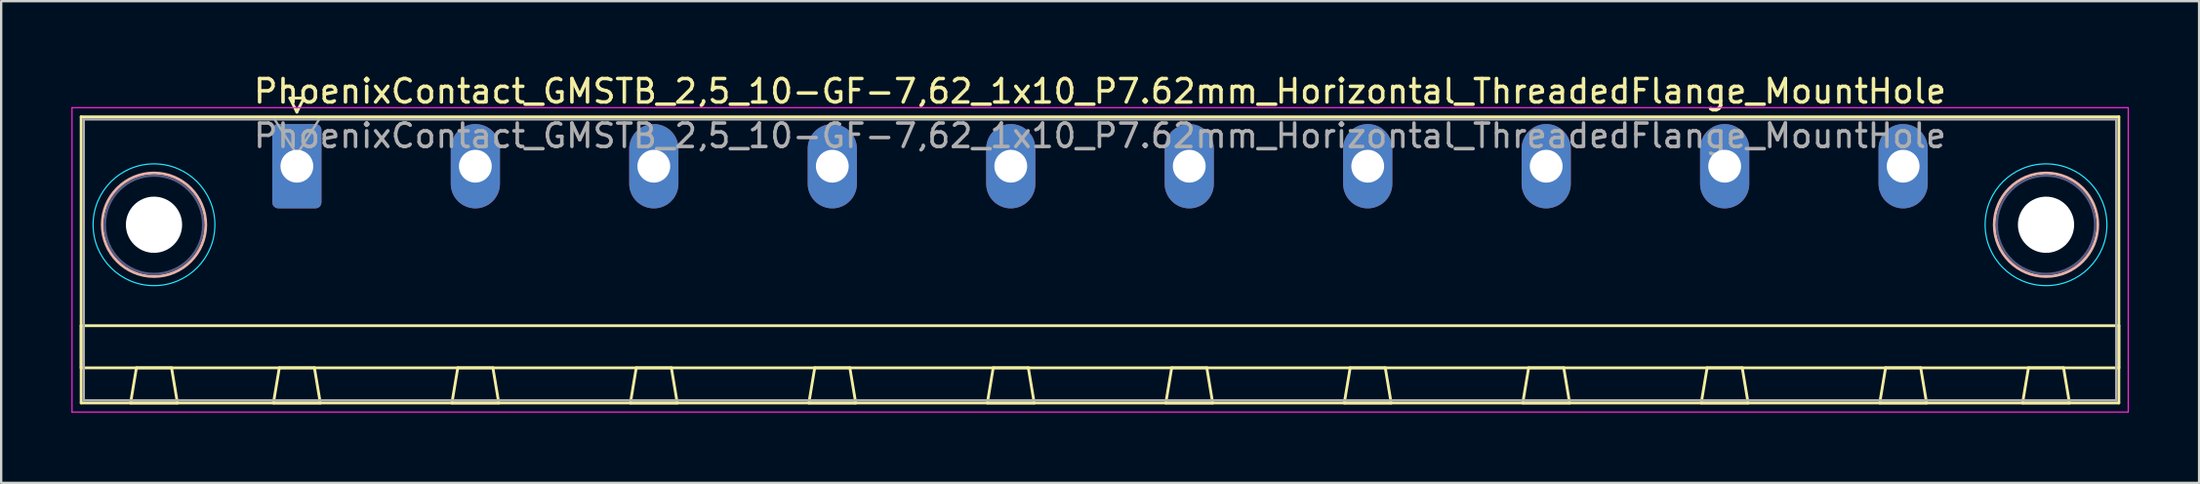
<source format=kicad_pcb>
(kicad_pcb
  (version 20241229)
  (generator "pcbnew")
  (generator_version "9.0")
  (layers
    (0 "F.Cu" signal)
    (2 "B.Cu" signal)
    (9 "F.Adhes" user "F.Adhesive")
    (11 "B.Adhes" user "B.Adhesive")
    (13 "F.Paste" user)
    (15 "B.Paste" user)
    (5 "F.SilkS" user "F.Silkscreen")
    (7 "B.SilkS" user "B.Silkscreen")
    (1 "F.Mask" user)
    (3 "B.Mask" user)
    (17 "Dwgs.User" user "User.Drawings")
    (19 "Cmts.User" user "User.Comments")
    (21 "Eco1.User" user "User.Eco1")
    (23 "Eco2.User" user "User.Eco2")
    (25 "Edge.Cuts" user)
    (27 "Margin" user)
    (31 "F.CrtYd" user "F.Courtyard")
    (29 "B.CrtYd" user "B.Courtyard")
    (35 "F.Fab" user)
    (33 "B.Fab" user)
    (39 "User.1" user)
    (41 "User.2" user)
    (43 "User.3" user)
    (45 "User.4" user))
  (footprint "PhoenixContact_GMSTB_2,5_10-GF-7,62_1x10_P7.62mm_Horizontal_ThreadedFlange_MountHole"
    (layer "F.Cu")
    (at 9.625 4.048)
    (property "Reference" "PhoenixContact_GMSTB_2,5_10-GF-7,62_1x10_P7.62mm_Horizontal_ThreadedFlange_MountHole" (at 34.29 -3.2 0) (layer "F.SilkS") (effects (font (size 1 1) (thickness 0.15))))
    (attr through_hole)
    (fp_line (start -9.21 -2.11) (end -9.21 10.11) (stroke (width 0.12) (type solid)) (layer "F.SilkS"))
    (fp_line (start -9.21 6.81) (end 77.79 6.81) (stroke (width 0.12) (type solid)) (layer "F.SilkS"))
    (fp_line (start -9.21 8.61) (end -9.21 6.81) (stroke (width 0.12) (type solid)) (layer "F.SilkS"))
    (fp_line (start -9.21 10.11) (end 77.79 10.11) (stroke (width 0.12) (type solid)) (layer "F.SilkS"))
    (fp_line (start -7.1 10.11) (end -5.1 10.11) (stroke (width 0.12) (type solid)) (layer "F.SilkS"))
    (fp_line (start -6.85 8.61) (end -7.1 10.11) (stroke (width 0.12) (type solid)) (layer "F.SilkS"))
    (fp_line (start -5.35 8.61) (end -6.85 8.61) (stroke (width 0.12) (type solid)) (layer "F.SilkS"))
    (fp_line (start -5.1 10.11) (end -5.35 8.61) (stroke (width 0.12) (type solid)) (layer "F.SilkS"))
    (fp_line (start -1 10.11) (end 1 10.11) (stroke (width 0.12) (type solid)) (layer "F.SilkS"))
    (fp_line (start -0.75 8.61) (end -1 10.11) (stroke (width 0.12) (type solid)) (layer "F.SilkS"))
    (fp_line (start -0.3 -2.91) (end 0.3 -2.91) (stroke (width 0.12) (type solid)) (layer "F.SilkS"))
    (fp_line (start 0 -2.31) (end -0.3 -2.91) (stroke (width 0.12) (type solid)) (layer "F.SilkS"))
    (fp_line (start 0.3 -2.91) (end 0 -2.31) (stroke (width 0.12) (type solid)) (layer "F.SilkS"))
    (fp_line (start 0.75 8.61) (end -0.75 8.61) (stroke (width 0.12) (type solid)) (layer "F.SilkS"))
    (fp_line (start 1 10.11) (end 0.75 8.61) (stroke (width 0.12) (type solid)) (layer "F.SilkS"))
    (fp_line (start 6.62 10.11) (end 8.62 10.11) (stroke (width 0.12) (type solid)) (layer "F.SilkS"))
    (fp_line (start 6.87 8.61) (end 6.62 10.11) (stroke (width 0.12) (type solid)) (layer "F.SilkS"))
    (fp_line (start 8.37 8.61) (end 6.87 8.61) (stroke (width 0.12) (type solid)) (layer "F.SilkS"))
    (fp_line (start 8.62 10.11) (end 8.37 8.61) (stroke (width 0.12) (type solid)) (layer "F.SilkS"))
    (fp_line (start 14.24 10.11) (end 16.24 10.11) (stroke (width 0.12) (type solid)) (layer "F.SilkS"))
    (fp_line (start 14.49 8.61) (end 14.24 10.11) (stroke (width 0.12) (type solid)) (layer "F.SilkS"))
    (fp_line (start 15.99 8.61) (end 14.49 8.61) (stroke (width 0.12) (type solid)) (layer "F.SilkS"))
    (fp_line (start 16.24 10.11) (end 15.99 8.61) (stroke (width 0.12) (type solid)) (layer "F.SilkS"))
    (fp_line (start 21.86 10.11) (end 23.86 10.11) (stroke (width 0.12) (type solid)) (layer "F.SilkS"))
    (fp_line (start 22.11 8.61) (end 21.86 10.11) (stroke (width 0.12) (type solid)) (layer "F.SilkS"))
    (fp_line (start 23.61 8.61) (end 22.11 8.61) (stroke (width 0.12) (type solid)) (layer "F.SilkS"))
    (fp_line (start 23.86 10.11) (end 23.61 8.61) (stroke (width 0.12) (type solid)) (layer "F.SilkS"))
    (fp_line (start 29.48 10.11) (end 31.48 10.11) (stroke (width 0.12) (type solid)) (layer "F.SilkS"))
    (fp_line (start 29.73 8.61) (end 29.48 10.11) (stroke (width 0.12) (type solid)) (layer "F.SilkS"))
    (fp_line (start 31.23 8.61) (end 29.73 8.61) (stroke (width 0.12) (type solid)) (layer "F.SilkS"))
    (fp_line (start 31.48 10.11) (end 31.23 8.61) (stroke (width 0.12) (type solid)) (layer "F.SilkS"))
    (fp_line (start 37.1 10.11) (end 39.1 10.11) (stroke (width 0.12) (type solid)) (layer "F.SilkS"))
    (fp_line (start 37.35 8.61) (end 37.1 10.11) (stroke (width 0.12) (type solid)) (layer "F.SilkS"))
    (fp_line (start 38.85 8.61) (end 37.35 8.61) (stroke (width 0.12) (type solid)) (layer "F.SilkS"))
    (fp_line (start 39.1 10.11) (end 38.85 8.61) (stroke (width 0.12) (type solid)) (layer "F.SilkS"))
    (fp_line (start 44.72 10.11) (end 46.72 10.11) (stroke (width 0.12) (type solid)) (layer "F.SilkS"))
    (fp_line (start 44.97 8.61) (end 44.72 10.11) (stroke (width 0.12) (type solid)) (layer "F.SilkS"))
    (fp_line (start 46.47 8.61) (end 44.97 8.61) (stroke (width 0.12) (type solid)) (layer "F.SilkS"))
    (fp_line (start 46.72 10.11) (end 46.47 8.61) (stroke (width 0.12) (type solid)) (layer "F.SilkS"))
    (fp_line (start 52.34 10.11) (end 54.34 10.11) (stroke (width 0.12) (type solid)) (layer "F.SilkS"))
    (fp_line (start 52.59 8.61) (end 52.34 10.11) (stroke (width 0.12) (type solid)) (layer "F.SilkS"))
    (fp_line (start 54.09 8.61) (end 52.59 8.61) (stroke (width 0.12) (type solid)) (layer "F.SilkS"))
    (fp_line (start 54.34 10.11) (end 54.09 8.61) (stroke (width 0.12) (type solid)) (layer "F.SilkS"))
    (fp_line (start 59.96 10.11) (end 61.96 10.11) (stroke (width 0.12) (type solid)) (layer "F.SilkS"))
    (fp_line (start 60.21 8.61) (end 59.96 10.11) (stroke (width 0.12) (type solid)) (layer "F.SilkS"))
    (fp_line (start 61.71 8.61) (end 60.21 8.61) (stroke (width 0.12) (type solid)) (layer "F.SilkS"))
    (fp_line (start 61.96 10.11) (end 61.71 8.61) (stroke (width 0.12) (type solid)) (layer "F.SilkS"))
    (fp_line (start 67.58 10.11) (end 69.58 10.11) (stroke (width 0.12) (type solid)) (layer "F.SilkS"))
    (fp_line (start 67.83 8.61) (end 67.58 10.11) (stroke (width 0.12) (type solid)) (layer "F.SilkS"))
    (fp_line (start 69.33 8.61) (end 67.83 8.61) (stroke (width 0.12) (type solid)) (layer "F.SilkS"))
    (fp_line (start 69.58 10.11) (end 69.33 8.61) (stroke (width 0.12) (type solid)) (layer "F.SilkS"))
    (fp_line (start 73.68 10.11) (end 75.68 10.11) (stroke (width 0.12) (type solid)) (layer "F.SilkS"))
    (fp_line (start 73.93 8.61) (end 73.68 10.11) (stroke (width 0.12) (type solid)) (layer "F.SilkS"))
    (fp_line (start 75.43 8.61) (end 73.93 8.61) (stroke (width 0.12) (type solid)) (layer "F.SilkS"))
    (fp_line (start 75.68 10.11) (end 75.43 8.61) (stroke (width 0.12) (type solid)) (layer "F.SilkS"))
    (fp_line (start 77.79 -2.11) (end -9.21 -2.11) (stroke (width 0.12) (type solid)) (layer "F.SilkS"))
    (fp_line (start 77.79 6.81) (end 77.79 8.61) (stroke (width 0.12) (type solid)) (layer "F.SilkS"))
    (fp_line (start 77.79 8.61) (end -9.21 8.61) (stroke (width 0.12) (type solid)) (layer "F.SilkS"))
    (fp_line (start 77.79 10.11) (end 77.79 -2.11) (stroke (width 0.12) (type solid)) (layer "F.SilkS"))
    (fp_circle (center -6.1 2.5) (end -3.89 2.5) (stroke (width 0.12) (type solid)) (fill no) (layer "B.SilkS"))
    (fp_circle (center 74.68 2.5) (end 76.89 2.5) (stroke (width 0.12) (type solid)) (fill no) (layer "B.SilkS"))
    (fp_circle (center -6.1 2.5) (end -3.5 2.5) (stroke (width 0.05) (type solid)) (fill no) (layer "B.CrtYd"))
    (fp_circle (center 74.68 2.5) (end 77.28 2.5) (stroke (width 0.05) (type solid)) (fill no) (layer "B.CrtYd"))
    (fp_line (start -9.6 -2.5) (end -9.6 10.5) (stroke (width 0.05) (type solid)) (layer "F.CrtYd"))
    (fp_line (start -9.6 10.5) (end 78.19 10.5) (stroke (width 0.05) (type solid)) (layer "F.CrtYd"))
    (fp_line (start 78.19 -2.5) (end -9.6 -2.5) (stroke (width 0.05) (type solid)) (layer "F.CrtYd"))
    (fp_line (start 78.19 10.5) (end 78.19 -2.5) (stroke (width 0.05) (type solid)) (layer "F.CrtYd"))
    (fp_circle (center -6.1 2.5) (end -4 2.5) (stroke (width 0.1) (type solid)) (fill no) (layer "B.Fab"))
    (fp_circle (center 74.68 2.5) (end 76.78 2.5) (stroke (width 0.1) (type solid)) (fill no) (layer "B.Fab"))
    (fp_line (start -9.1 -2) (end -9.1 10) (stroke (width 0.1) (type solid)) (layer "F.Fab"))
    (fp_line (start -9.1 10) (end 77.68 10) (stroke (width 0.1) (type solid)) (layer "F.Fab"))
    (fp_line (start 0 -0.5) (end -0.95 -2) (stroke (width 0.1) (type solid)) (layer "F.Fab"))
    (fp_line (start 0.95 -2) (end 0 -0.5) (stroke (width 0.1) (type solid)) (layer "F.Fab"))
    (fp_line (start 77.68 -2) (end -9.1 -2) (stroke (width 0.1) (type solid)) (layer "F.Fab"))
    (fp_line (start 77.68 10) (end 77.68 -2) (stroke (width 0.1) (type solid)) (layer "F.Fab"))
    (fp_text user "${REFERENCE}" (at 34.29 -1.3 0) (layer "F.Fab") (effects (font (size 1 1) (thickness 0.15))))
    (pad "" np_thru_hole circle (at -6.1 2.5) (size 2.4 2.4) (drill 2.4) (layers "*.Cu" "*.Mask"))
    (pad "" np_thru_hole circle (at 74.68 2.5) (size 2.4 2.4) (drill 2.4) (layers "*.Cu" "*.Mask"))
    (pad "1" thru_hole roundrect (at 0 0) (size 2.1 3.6) (drill 1.4) (layers "*.Cu" "*.Mask") (roundrect_rratio 0.119))
    (pad "2" thru_hole oval (at 7.62 0) (size 2.1 3.6) (drill 1.4) (layers "*.Cu" "*.Mask"))
    (pad "3" thru_hole oval (at 15.24 0) (size 2.1 3.6) (drill 1.4) (layers "*.Cu" "*.Mask"))
    (pad "4" thru_hole oval (at 22.86 0) (size 2.1 3.6) (drill 1.4) (layers "*.Cu" "*.Mask"))
    (pad "5" thru_hole oval (at 30.48 0) (size 2.1 3.6) (drill 1.4) (layers "*.Cu" "*.Mask"))
    (pad "6" thru_hole oval (at 38.1 0) (size 2.1 3.6) (drill 1.4) (layers "*.Cu" "*.Mask"))
    (pad "7" thru_hole oval (at 45.72 0) (size 2.1 3.6) (drill 1.4) (layers "*.Cu" "*.Mask"))
    (pad "8" thru_hole oval (at 53.34 0) (size 2.1 3.6) (drill 1.4) (layers "*.Cu" "*.Mask"))
    (pad "9" thru_hole oval (at 60.96 0) (size 2.1 3.6) (drill 1.4) (layers "*.Cu" "*.Mask"))
    (pad "10" thru_hole oval (at 68.58 0) (size 2.1 3.6) (drill 1.4) (layers "*.Cu" "*.Mask")))
  (gr_rect
    (start -3 -3)
    (end 90.84 17.573)
    (stroke (width 0.1) (type default))
    (fill no)
    (layer "Edge.Cuts")))
</source>
